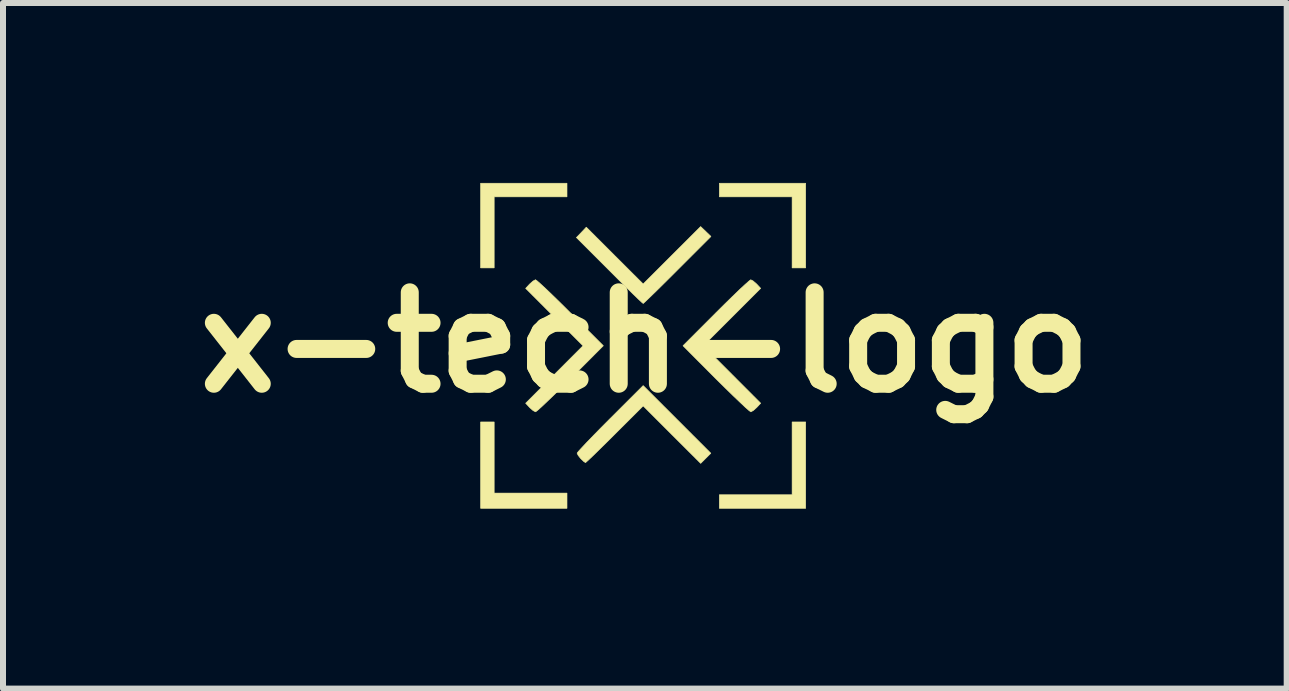
<source format=kicad_pcb>
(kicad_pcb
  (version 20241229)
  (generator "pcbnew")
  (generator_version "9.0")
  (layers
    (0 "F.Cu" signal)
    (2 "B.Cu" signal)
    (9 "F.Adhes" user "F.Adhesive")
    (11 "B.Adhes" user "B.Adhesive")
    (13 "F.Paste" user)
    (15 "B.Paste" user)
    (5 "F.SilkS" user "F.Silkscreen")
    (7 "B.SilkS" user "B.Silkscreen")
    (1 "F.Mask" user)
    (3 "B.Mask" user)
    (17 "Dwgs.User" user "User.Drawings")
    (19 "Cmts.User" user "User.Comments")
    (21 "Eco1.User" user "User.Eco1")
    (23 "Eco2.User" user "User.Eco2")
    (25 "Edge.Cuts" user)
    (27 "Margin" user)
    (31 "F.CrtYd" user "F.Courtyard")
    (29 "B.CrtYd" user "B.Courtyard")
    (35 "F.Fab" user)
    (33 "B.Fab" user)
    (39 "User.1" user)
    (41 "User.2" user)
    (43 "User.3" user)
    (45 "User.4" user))
  (footprint "x-tech-logo"
    (layer "F.Cu")
    (at 7.7 2.658)
    (property "Reference" "x-tech-logo" (at 0 0 0) (layer "F.SilkS") (effects (font (size 1.524 1.524) (thickness 0.3))))
    (attr through_hole)
    (fp_poly (pts (xy -2.512 2.512) (xy -1.298 2.512) (xy -1.298 2.766) (xy -2.738 2.766) (xy -2.738 1.326) (xy -2.512 1.326) (xy -2.512 2.512)) (stroke (width 0.01) (type solid)) (fill yes) (layer "F.SilkS"))
    (fp_poly (pts (xy -1.298 -2.427) (xy -2.512 -2.427) (xy -2.512 -1.242) (xy -2.738 -1.242) (xy -2.738 -2.653) (xy -1.298 -2.653) (xy -1.298 -2.427)) (stroke (width 0.01) (type solid)) (fill yes) (layer "F.SilkS"))
    (fp_poly (pts (xy 2.681 -1.242) (xy 2.455 -1.242) (xy 2.455 -2.427) (xy 1.242 -2.427) (xy 1.242 -2.653) (xy 2.681 -2.653) (xy 2.681 -1.242)) (stroke (width 0.01) (type solid)) (fill yes) (layer "F.SilkS"))
    (fp_poly (pts (xy 2.681 2.766) (xy 1.242 2.766) (xy 1.242 2.54) (xy 2.455 2.54) (xy 2.455 1.326) (xy 2.681 1.326) (xy 2.681 2.766)) (stroke (width 0.01) (type solid)) (fill yes) (layer "F.SilkS"))
    (fp_poly (pts (xy 1.016 -1.849) (xy 1.102 -1.766) (xy 0.544 -1.208) (xy 0.399 -1.063) (xy 0.267 -0.932) (xy 0.153 -0.82) (xy 0.062 -0.732) (xy 0.001 -0.674) (xy -0.027 -0.649) (xy -0.028 -0.649) (xy -0.051 -0.668) (xy -0.109 -0.722) (xy -0.196 -0.806) (xy -0.306 -0.915) (xy -0.436 -1.043) (xy -0.579 -1.186) (xy -0.592 -1.199) (xy -1.141 -1.748) (xy -1.058 -1.834) (xy -0.976 -1.921) (xy -0.502 -1.447) (xy -0.028 -0.974) (xy 0.451 -1.453) (xy 0.93 -1.931) (xy 1.016 -1.849)) (stroke (width 0.01) (type solid)) (fill yes) (layer "F.SilkS"))
    (fp_poly (pts (xy -1.795 -1.025) (xy -1.734 -0.971) (xy -1.643 -0.887) (xy -1.53 -0.778) (xy -1.398 -0.649) (xy -1.254 -0.506) (xy -1.242 -0.494) (xy -0.692 0.056) (xy -1.242 0.607) (xy -1.387 0.751) (xy -1.52 0.881) (xy -1.635 0.991) (xy -1.727 1.078) (xy -1.791 1.135) (xy -1.821 1.157) (xy -1.822 1.157) (xy -1.861 1.138) (xy -1.914 1.092) (xy -1.92 1.086) (xy -1.987 1.014) (xy -1.509 0.535) (xy -1.031 0.056) (xy -1.987 -0.901) (xy -1.92 -0.973) (xy -1.866 -1.021) (xy -1.825 -1.044) (xy -1.822 -1.044) (xy -1.795 -1.025)) (stroke (width 0.01) (type solid)) (fill yes) (layer "F.SilkS"))
    (fp_poly (pts (xy 0.536 1.284) (xy 1.1 1.848) (xy 1.016 1.932) (xy 0.931 2.017) (xy 0.451 1.538) (xy -0.028 1.059) (xy -0.501 1.531) (xy -0.635 1.664) (xy -0.755 1.782) (xy -0.856 1.881) (xy -0.933 1.954) (xy -0.979 1.996) (xy -0.99 2.004) (xy -1.019 1.985) (xy -1.065 1.941) (xy -1.068 1.938) (xy -1.111 1.885) (xy -1.129 1.847) (xy -1.129 1.846) (xy -1.11 1.82) (xy -1.055 1.76) (xy -0.971 1.67) (xy -0.862 1.557) (xy -0.734 1.426) (xy -0.591 1.282) (xy -0.579 1.27) (xy -0.028 0.72) (xy 0.536 1.284)) (stroke (width 0.01) (type solid)) (fill yes) (layer "F.SilkS"))
    (fp_poly (pts (xy 1.804 -1.025) (xy 1.857 -0.979) (xy 1.864 -0.973) (xy 1.931 -0.901) (xy 0.974 0.056) (xy 1.453 0.535) (xy 1.931 1.014) (xy 1.864 1.086) (xy 1.81 1.134) (xy 1.769 1.157) (xy 1.766 1.157) (xy 1.739 1.138) (xy 1.677 1.084) (xy 1.587 0.999) (xy 1.473 0.89) (xy 1.342 0.762) (xy 1.197 0.619) (xy 1.185 0.607) (xy 0.636 0.056) (xy 1.185 -0.494) (xy 1.33 -0.638) (xy 1.463 -0.768) (xy 1.578 -0.879) (xy 1.671 -0.965) (xy 1.735 -1.022) (xy 1.765 -1.044) (xy 1.766 -1.044) (xy 1.804 -1.025)) (stroke (width 0.01) (type solid)) (fill yes) (layer "F.SilkS")))
  (gr_rect
    (start -3 -3)
    (end 18.4 8.429)
    (stroke (width 0.1) (type default))
    (fill no)
    (layer "Edge.Cuts")))
</source>
